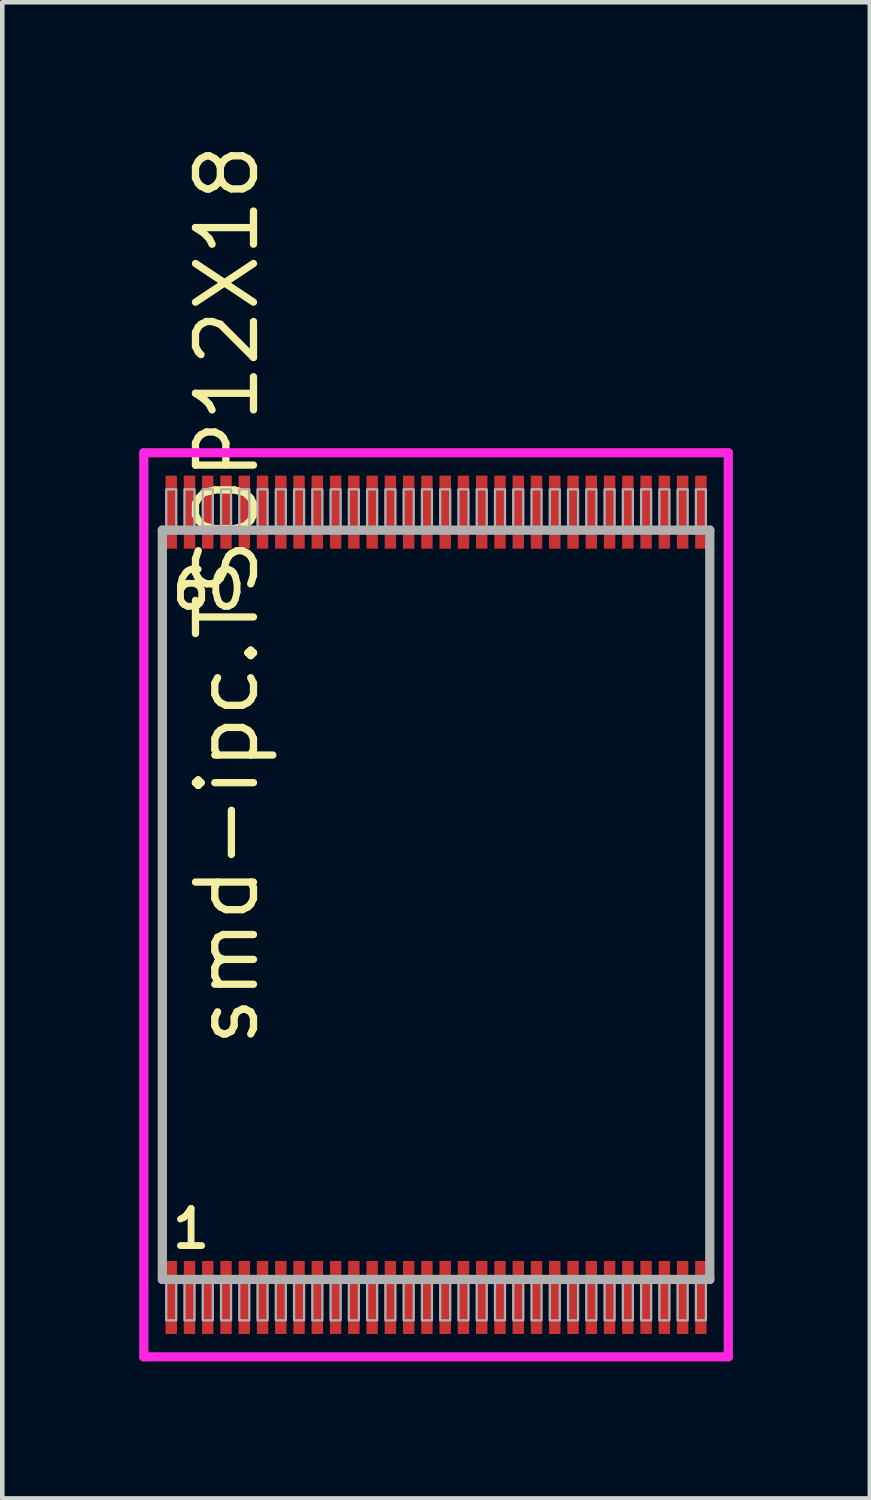
<source format=kicad_pcb>
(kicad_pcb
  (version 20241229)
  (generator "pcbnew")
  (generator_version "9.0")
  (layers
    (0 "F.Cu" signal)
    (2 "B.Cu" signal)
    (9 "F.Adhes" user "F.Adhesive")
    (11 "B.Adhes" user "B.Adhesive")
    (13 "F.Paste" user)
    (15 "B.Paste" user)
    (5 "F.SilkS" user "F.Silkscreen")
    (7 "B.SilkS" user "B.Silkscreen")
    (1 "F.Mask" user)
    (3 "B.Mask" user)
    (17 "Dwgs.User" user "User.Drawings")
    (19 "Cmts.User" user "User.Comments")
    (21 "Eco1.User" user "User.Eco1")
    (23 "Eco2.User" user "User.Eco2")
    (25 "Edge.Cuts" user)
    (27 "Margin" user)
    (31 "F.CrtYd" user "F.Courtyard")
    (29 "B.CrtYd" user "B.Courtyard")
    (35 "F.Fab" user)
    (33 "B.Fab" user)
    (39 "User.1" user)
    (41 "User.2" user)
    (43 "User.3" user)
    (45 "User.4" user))
  (footprint "smd-ipc.TSOP12X18"
    (layer "F.Cu")
    (at 6.5 16.766)
    (property "Reference" "smd-ipc.TSOP12X18" (at -3.835 3.175 90) (layer "F.SilkS") (effects (font (size 1.27 1.27) (thickness 0.16)) (justify left bottom)))
    (attr smd)
    (fp_line (start -6.4 -9.9) (end 6.4 -9.9) (stroke (width 0.2) (type default)) (layer "F.CrtYd"))
    (fp_line (start -6.4 9.9) (end -6.4 -9.9) (stroke (width 0.2) (type default)) (layer "F.CrtYd"))
    (fp_line (start 6.4 -9.9) (end 6.4 9.9) (stroke (width 0.2) (type default)) (layer "F.CrtYd"))
    (fp_line (start 6.4 9.9) (end -6.4 9.9) (stroke (width 0.2) (type default)) (layer "F.CrtYd"))
    (fp_line (start -5.995 -8.205) (end 5.995 -8.205) (stroke (width 0.203) (type default)) (layer "F.Fab"))
    (fp_line (start -5.995 8.205) (end -5.995 -8.205) (stroke (width 0.203) (type default)) (layer "F.Fab"))
    (fp_line (start 5.995 -8.205) (end 5.995 8.205) (stroke (width 0.203) (type default)) (layer "F.Fab"))
    (fp_line (start 5.995 8.205) (end -5.995 8.205) (stroke (width 0.203) (type default)) (layer "F.Fab"))
    (fp_rect (start -5.91 -8.27) (end -5.69 -9.1) (stroke (width 0.05) (type default)) (fill no) (layer "F.Fab"))
    (fp_rect (start -5.91 9.1) (end -5.69 8.27) (stroke (width 0.05) (type default)) (fill no) (layer "F.Fab"))
    (fp_rect (start -5.51 -8.27) (end -5.29 -9.1) (stroke (width 0.05) (type default)) (fill no) (layer "F.Fab"))
    (fp_rect (start -5.51 9.1) (end -5.29 8.27) (stroke (width 0.05) (type default)) (fill no) (layer "F.Fab"))
    (fp_rect (start -5.11 -8.27) (end -4.89 -9.1) (stroke (width 0.05) (type default)) (fill no) (layer "F.Fab"))
    (fp_rect (start -5.11 9.1) (end -4.89 8.27) (stroke (width 0.05) (type default)) (fill no) (layer "F.Fab"))
    (fp_rect (start -4.71 -8.27) (end -4.49 -9.1) (stroke (width 0.05) (type default)) (fill no) (layer "F.Fab"))
    (fp_rect (start -4.71 9.1) (end -4.49 8.27) (stroke (width 0.05) (type default)) (fill no) (layer "F.Fab"))
    (fp_rect (start -4.31 -8.27) (end -4.09 -9.1) (stroke (width 0.05) (type default)) (fill no) (layer "F.Fab"))
    (fp_rect (start -4.31 9.1) (end -4.09 8.27) (stroke (width 0.05) (type default)) (fill no) (layer "F.Fab"))
    (fp_rect (start -3.91 -8.27) (end -3.69 -9.1) (stroke (width 0.05) (type default)) (fill no) (layer "F.Fab"))
    (fp_rect (start -3.91 9.1) (end -3.69 8.27) (stroke (width 0.05) (type default)) (fill no) (layer "F.Fab"))
    (fp_rect (start -3.51 -8.27) (end -3.29 -9.1) (stroke (width 0.05) (type default)) (fill no) (layer "F.Fab"))
    (fp_rect (start -3.51 9.1) (end -3.29 8.27) (stroke (width 0.05) (type default)) (fill no) (layer "F.Fab"))
    (fp_rect (start -3.11 -8.27) (end -2.89 -9.1) (stroke (width 0.05) (type default)) (fill no) (layer "F.Fab"))
    (fp_rect (start -3.11 9.1) (end -2.89 8.27) (stroke (width 0.05) (type default)) (fill no) (layer "F.Fab"))
    (fp_rect (start -2.71 -8.27) (end -2.49 -9.1) (stroke (width 0.05) (type default)) (fill no) (layer "F.Fab"))
    (fp_rect (start -2.71 9.1) (end -2.49 8.27) (stroke (width 0.05) (type default)) (fill no) (layer "F.Fab"))
    (fp_rect (start -2.31 -8.27) (end -2.09 -9.1) (stroke (width 0.05) (type default)) (fill no) (layer "F.Fab"))
    (fp_rect (start -2.31 9.1) (end -2.09 8.27) (stroke (width 0.05) (type default)) (fill no) (layer "F.Fab"))
    (fp_rect (start -1.91 -8.27) (end -1.69 -9.1) (stroke (width 0.05) (type default)) (fill no) (layer "F.Fab"))
    (fp_rect (start -1.91 9.1) (end -1.69 8.27) (stroke (width 0.05) (type default)) (fill no) (layer "F.Fab"))
    (fp_rect (start -1.51 -8.27) (end -1.29 -9.1) (stroke (width 0.05) (type default)) (fill no) (layer "F.Fab"))
    (fp_rect (start -1.51 9.1) (end -1.29 8.27) (stroke (width 0.05) (type default)) (fill no) (layer "F.Fab"))
    (fp_rect (start -1.11 -8.27) (end -0.89 -9.1) (stroke (width 0.05) (type default)) (fill no) (layer "F.Fab"))
    (fp_rect (start -1.11 9.1) (end -0.89 8.27) (stroke (width 0.05) (type default)) (fill no) (layer "F.Fab"))
    (fp_rect (start -0.71 -8.27) (end -0.49 -9.1) (stroke (width 0.05) (type default)) (fill no) (layer "F.Fab"))
    (fp_rect (start -0.71 9.1) (end -0.49 8.27) (stroke (width 0.05) (type default)) (fill no) (layer "F.Fab"))
    (fp_rect (start -0.31 -8.27) (end -0.09 -9.1) (stroke (width 0.05) (type default)) (fill no) (layer "F.Fab"))
    (fp_rect (start -0.31 9.1) (end -0.09 8.27) (stroke (width 0.05) (type default)) (fill no) (layer "F.Fab"))
    (fp_rect (start 0.09 -8.27) (end 0.31 -9.1) (stroke (width 0.05) (type default)) (fill no) (layer "F.Fab"))
    (fp_rect (start 0.09 9.1) (end 0.31 8.27) (stroke (width 0.05) (type default)) (fill no) (layer "F.Fab"))
    (fp_rect (start 0.49 -8.27) (end 0.71 -9.1) (stroke (width 0.05) (type default)) (fill no) (layer "F.Fab"))
    (fp_rect (start 0.49 9.1) (end 0.71 8.27) (stroke (width 0.05) (type default)) (fill no) (layer "F.Fab"))
    (fp_rect (start 0.89 -8.27) (end 1.11 -9.1) (stroke (width 0.05) (type default)) (fill no) (layer "F.Fab"))
    (fp_rect (start 0.89 9.1) (end 1.11 8.27) (stroke (width 0.05) (type default)) (fill no) (layer "F.Fab"))
    (fp_rect (start 1.29 -8.27) (end 1.51 -9.1) (stroke (width 0.05) (type default)) (fill no) (layer "F.Fab"))
    (fp_rect (start 1.29 9.1) (end 1.51 8.27) (stroke (width 0.05) (type default)) (fill no) (layer "F.Fab"))
    (fp_rect (start 1.69 -8.27) (end 1.91 -9.1) (stroke (width 0.05) (type default)) (fill no) (layer "F.Fab"))
    (fp_rect (start 1.69 9.1) (end 1.91 8.27) (stroke (width 0.05) (type default)) (fill no) (layer "F.Fab"))
    (fp_rect (start 2.09 -8.27) (end 2.31 -9.1) (stroke (width 0.05) (type default)) (fill no) (layer "F.Fab"))
    (fp_rect (start 2.09 9.1) (end 2.31 8.27) (stroke (width 0.05) (type default)) (fill no) (layer "F.Fab"))
    (fp_rect (start 2.49 -8.27) (end 2.71 -9.1) (stroke (width 0.05) (type default)) (fill no) (layer "F.Fab"))
    (fp_rect (start 2.49 9.1) (end 2.71 8.27) (stroke (width 0.05) (type default)) (fill no) (layer "F.Fab"))
    (fp_rect (start 2.89 -8.27) (end 3.11 -9.1) (stroke (width 0.05) (type default)) (fill no) (layer "F.Fab"))
    (fp_rect (start 2.89 9.1) (end 3.11 8.27) (stroke (width 0.05) (type default)) (fill no) (layer "F.Fab"))
    (fp_rect (start 3.29 -8.27) (end 3.51 -9.1) (stroke (width 0.05) (type default)) (fill no) (layer "F.Fab"))
    (fp_rect (start 3.29 9.1) (end 3.51 8.27) (stroke (width 0.05) (type default)) (fill no) (layer "F.Fab"))
    (fp_rect (start 3.69 -8.27) (end 3.91 -9.1) (stroke (width 0.05) (type default)) (fill no) (layer "F.Fab"))
    (fp_rect (start 3.69 9.1) (end 3.91 8.27) (stroke (width 0.05) (type default)) (fill no) (layer "F.Fab"))
    (fp_rect (start 4.09 -8.27) (end 4.31 -9.1) (stroke (width 0.05) (type default)) (fill no) (layer "F.Fab"))
    (fp_rect (start 4.09 9.1) (end 4.31 8.27) (stroke (width 0.05) (type default)) (fill no) (layer "F.Fab"))
    (fp_rect (start 4.49 -8.27) (end 4.71 -9.1) (stroke (width 0.05) (type default)) (fill no) (layer "F.Fab"))
    (fp_rect (start 4.49 9.1) (end 4.71 8.27) (stroke (width 0.05) (type default)) (fill no) (layer "F.Fab"))
    (fp_rect (start 4.89 -8.27) (end 5.11 -9.1) (stroke (width 0.05) (type default)) (fill no) (layer "F.Fab"))
    (fp_rect (start 4.89 9.1) (end 5.11 8.27) (stroke (width 0.05) (type default)) (fill no) (layer "F.Fab"))
    (fp_rect (start 5.29 -8.27) (end 5.51 -9.1) (stroke (width 0.05) (type default)) (fill no) (layer "F.Fab"))
    (fp_rect (start 5.29 9.1) (end 5.51 8.27) (stroke (width 0.05) (type default)) (fill no) (layer "F.Fab"))
    (fp_rect (start 5.69 -8.27) (end 5.91 -9.1) (stroke (width 0.05) (type default)) (fill no) (layer "F.Fab"))
    (fp_rect (start 5.69 9.1) (end 5.91 8.27) (stroke (width 0.05) (type default)) (fill no) (layer "F.Fab"))
    (fp_text user "1" (at -5.851 7.57 0) (layer "F.SilkS") (effects (font (size 0.813 0.813) (thickness 0.15)) (justify left bottom)))
    (fp_text user "60" (at -5.851 -6.43 0) (layer "F.SilkS") (effects (font (size 0.813 0.813) (thickness 0.15)) (justify left bottom)))
    (pad "1" smd roundrect (at -5.8 8.6) (size 0.25 1.6) (layers "F.Cu" "F.Mask" "F.Paste") (roundrect_rratio 0.01))
    (pad "2" smd roundrect (at -5.4 8.6) (size 0.25 1.6) (layers "F.Cu" "F.Mask" "F.Paste") (roundrect_rratio 0.01))
    (pad "3" smd roundrect (at -5 8.6) (size 0.25 1.6) (layers "F.Cu" "F.Mask" "F.Paste") (roundrect_rratio 0.01))
    (pad "4" smd roundrect (at -4.6 8.6) (size 0.25 1.6) (layers "F.Cu" "F.Mask" "F.Paste") (roundrect_rratio 0.01))
    (pad "5" smd roundrect (at -4.2 8.6) (size 0.25 1.6) (layers "F.Cu" "F.Mask" "F.Paste") (roundrect_rratio 0.01))
    (pad "6" smd roundrect (at -3.8 8.6) (size 0.25 1.6) (layers "F.Cu" "F.Mask" "F.Paste") (roundrect_rratio 0.01))
    (pad "7" smd roundrect (at -3.4 8.6) (size 0.25 1.6) (layers "F.Cu" "F.Mask" "F.Paste") (roundrect_rratio 0.01))
    (pad "8" smd roundrect (at -3 8.6) (size 0.25 1.6) (layers "F.Cu" "F.Mask" "F.Paste") (roundrect_rratio 0.01))
    (pad "9" smd roundrect (at -2.6 8.6) (size 0.25 1.6) (layers "F.Cu" "F.Mask" "F.Paste") (roundrect_rratio 0.01))
    (pad "10" smd roundrect (at -2.2 8.6) (size 0.25 1.6) (layers "F.Cu" "F.Mask" "F.Paste") (roundrect_rratio 0.01))
    (pad "11" smd roundrect (at -1.8 8.6) (size 0.25 1.6) (layers "F.Cu" "F.Mask" "F.Paste") (roundrect_rratio 0.01))
    (pad "12" smd roundrect (at -1.4 8.6) (size 0.25 1.6) (layers "F.Cu" "F.Mask" "F.Paste") (roundrect_rratio 0.01))
    (pad "13" smd roundrect (at -1 8.6) (size 0.25 1.6) (layers "F.Cu" "F.Mask" "F.Paste") (roundrect_rratio 0.01))
    (pad "14" smd roundrect (at -0.6 8.6) (size 0.25 1.6) (layers "F.Cu" "F.Mask" "F.Paste") (roundrect_rratio 0.01))
    (pad "15" smd roundrect (at -0.2 8.6) (size 0.25 1.6) (layers "F.Cu" "F.Mask" "F.Paste") (roundrect_rratio 0.01))
    (pad "16" smd roundrect (at 0.2 8.6) (size 0.25 1.6) (layers "F.Cu" "F.Mask" "F.Paste") (roundrect_rratio 0.01))
    (pad "17" smd roundrect (at 0.6 8.6) (size 0.25 1.6) (layers "F.Cu" "F.Mask" "F.Paste") (roundrect_rratio 0.01))
    (pad "18" smd roundrect (at 1 8.6) (size 0.25 1.6) (layers "F.Cu" "F.Mask" "F.Paste") (roundrect_rratio 0.01))
    (pad "19" smd roundrect (at 1.4 8.6) (size 0.25 1.6) (layers "F.Cu" "F.Mask" "F.Paste") (roundrect_rratio 0.01))
    (pad "20" smd roundrect (at 1.8 8.6) (size 0.25 1.6) (layers "F.Cu" "F.Mask" "F.Paste") (roundrect_rratio 0.01))
    (pad "21" smd roundrect (at 2.2 8.6) (size 0.25 1.6) (layers "F.Cu" "F.Mask" "F.Paste") (roundrect_rratio 0.01))
    (pad "22" smd roundrect (at 2.6 8.6) (size 0.25 1.6) (layers "F.Cu" "F.Mask" "F.Paste") (roundrect_rratio 0.01))
    (pad "23" smd roundrect (at 3 8.6) (size 0.25 1.6) (layers "F.Cu" "F.Mask" "F.Paste") (roundrect_rratio 0.01))
    (pad "24" smd roundrect (at 3.4 8.6) (size 0.25 1.6) (layers "F.Cu" "F.Mask" "F.Paste") (roundrect_rratio 0.01))
    (pad "25" smd roundrect (at 3.8 8.6) (size 0.25 1.6) (layers "F.Cu" "F.Mask" "F.Paste") (roundrect_rratio 0.01))
    (pad "26" smd roundrect (at 4.2 8.6) (size 0.25 1.6) (layers "F.Cu" "F.Mask" "F.Paste") (roundrect_rratio 0.01))
    (pad "27" smd roundrect (at 4.6 8.6) (size 0.25 1.6) (layers "F.Cu" "F.Mask" "F.Paste") (roundrect_rratio 0.01))
    (pad "28" smd roundrect (at 5 8.6) (size 0.25 1.6) (layers "F.Cu" "F.Mask" "F.Paste") (roundrect_rratio 0.01))
    (pad "29" smd roundrect (at 5.4 8.6) (size 0.25 1.6) (layers "F.Cu" "F.Mask" "F.Paste") (roundrect_rratio 0.01))
    (pad "30" smd roundrect (at 5.8 8.6) (size 0.25 1.6) (layers "F.Cu" "F.Mask" "F.Paste") (roundrect_rratio 0.01))
    (pad "31" smd roundrect (at 5.8 -8.6) (size 0.25 1.6) (layers "F.Cu" "F.Mask" "F.Paste") (roundrect_rratio 0.01))
    (pad "32" smd roundrect (at 5.4 -8.6) (size 0.25 1.6) (layers "F.Cu" "F.Mask" "F.Paste") (roundrect_rratio 0.01))
    (pad "33" smd roundrect (at 5 -8.6) (size 0.25 1.6) (layers "F.Cu" "F.Mask" "F.Paste") (roundrect_rratio 0.01))
    (pad "34" smd roundrect (at 4.6 -8.6) (size 0.25 1.6) (layers "F.Cu" "F.Mask" "F.Paste") (roundrect_rratio 0.01))
    (pad "35" smd roundrect (at 4.2 -8.6) (size 0.25 1.6) (layers "F.Cu" "F.Mask" "F.Paste") (roundrect_rratio 0.01))
    (pad "36" smd roundrect (at 3.8 -8.6) (size 0.25 1.6) (layers "F.Cu" "F.Mask" "F.Paste") (roundrect_rratio 0.01))
    (pad "37" smd roundrect (at 3.4 -8.6) (size 0.25 1.6) (layers "F.Cu" "F.Mask" "F.Paste") (roundrect_rratio 0.01))
    (pad "38" smd roundrect (at 3 -8.6) (size 0.25 1.6) (layers "F.Cu" "F.Mask" "F.Paste") (roundrect_rratio 0.01))
    (pad "39" smd roundrect (at 2.6 -8.6) (size 0.25 1.6) (layers "F.Cu" "F.Mask" "F.Paste") (roundrect_rratio 0.01))
    (pad "40" smd roundrect (at 2.2 -8.6) (size 0.25 1.6) (layers "F.Cu" "F.Mask" "F.Paste") (roundrect_rratio 0.01))
    (pad "41" smd roundrect (at 1.8 -8.6) (size 0.25 1.6) (layers "F.Cu" "F.Mask" "F.Paste") (roundrect_rratio 0.01))
    (pad "42" smd roundrect (at 1.4 -8.6) (size 0.25 1.6) (layers "F.Cu" "F.Mask" "F.Paste") (roundrect_rratio 0.01))
    (pad "43" smd roundrect (at 1 -8.6) (size 0.25 1.6) (layers "F.Cu" "F.Mask" "F.Paste") (roundrect_rratio 0.01))
    (pad "44" smd roundrect (at 0.6 -8.6) (size 0.25 1.6) (layers "F.Cu" "F.Mask" "F.Paste") (roundrect_rratio 0.01))
    (pad "45" smd roundrect (at 0.2 -8.6) (size 0.25 1.6) (layers "F.Cu" "F.Mask" "F.Paste") (roundrect_rratio 0.01))
    (pad "46" smd roundrect (at -0.2 -8.6) (size 0.25 1.6) (layers "F.Cu" "F.Mask" "F.Paste") (roundrect_rratio 0.01))
    (pad "47" smd roundrect (at -0.6 -8.6) (size 0.25 1.6) (layers "F.Cu" "F.Mask" "F.Paste") (roundrect_rratio 0.01))
    (pad "48" smd roundrect (at -1 -8.6) (size 0.25 1.6) (layers "F.Cu" "F.Mask" "F.Paste") (roundrect_rratio 0.01))
    (pad "49" smd roundrect (at -1.4 -8.6) (size 0.25 1.6) (layers "F.Cu" "F.Mask" "F.Paste") (roundrect_rratio 0.01))
    (pad "50" smd roundrect (at -1.8 -8.6) (size 0.25 1.6) (layers "F.Cu" "F.Mask" "F.Paste") (roundrect_rratio 0.01))
    (pad "51" smd roundrect (at -2.2 -8.6) (size 0.25 1.6) (layers "F.Cu" "F.Mask" "F.Paste") (roundrect_rratio 0.01))
    (pad "52" smd roundrect (at -2.6 -8.6) (size 0.25 1.6) (layers "F.Cu" "F.Mask" "F.Paste") (roundrect_rratio 0.01))
    (pad "53" smd roundrect (at -3 -8.6) (size 0.25 1.6) (layers "F.Cu" "F.Mask" "F.Paste") (roundrect_rratio 0.01))
    (pad "54" smd roundrect (at -3.4 -8.6) (size 0.25 1.6) (layers "F.Cu" "F.Mask" "F.Paste") (roundrect_rratio 0.01))
    (pad "55" smd roundrect (at -3.8 -8.6) (size 0.25 1.6) (layers "F.Cu" "F.Mask" "F.Paste") (roundrect_rratio 0.01))
    (pad "56" smd roundrect (at -4.2 -8.6) (size 0.25 1.6) (layers "F.Cu" "F.Mask" "F.Paste") (roundrect_rratio 0.01))
    (pad "57" smd roundrect (at -4.6 -8.6) (size 0.25 1.6) (layers "F.Cu" "F.Mask" "F.Paste") (roundrect_rratio 0.01))
    (pad "58" smd roundrect (at -5 -8.6) (size 0.25 1.6) (layers "F.Cu" "F.Mask" "F.Paste") (roundrect_rratio 0.01))
    (pad "59" smd roundrect (at -5.4 -8.6) (size 0.25 1.6) (layers "F.Cu" "F.Mask" "F.Paste") (roundrect_rratio 0.01))
    (pad "60" smd roundrect (at -5.8 -8.6) (size 0.25 1.6) (layers "F.Cu" "F.Mask" "F.Paste") (roundrect_rratio 0.01)))
  (gr_rect
    (start -3 -3)
    (end 16 29.766)
    (stroke (width 0.1) (type default))
    (fill no)
    (layer "Edge.Cuts")))
</source>
